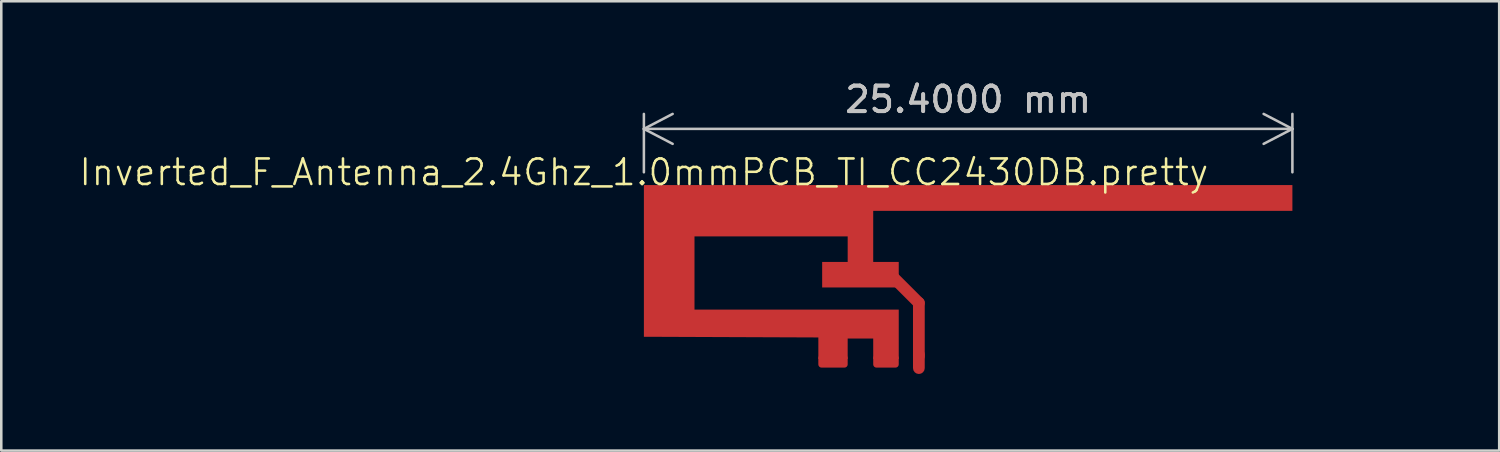
<source format=kicad_pcb>
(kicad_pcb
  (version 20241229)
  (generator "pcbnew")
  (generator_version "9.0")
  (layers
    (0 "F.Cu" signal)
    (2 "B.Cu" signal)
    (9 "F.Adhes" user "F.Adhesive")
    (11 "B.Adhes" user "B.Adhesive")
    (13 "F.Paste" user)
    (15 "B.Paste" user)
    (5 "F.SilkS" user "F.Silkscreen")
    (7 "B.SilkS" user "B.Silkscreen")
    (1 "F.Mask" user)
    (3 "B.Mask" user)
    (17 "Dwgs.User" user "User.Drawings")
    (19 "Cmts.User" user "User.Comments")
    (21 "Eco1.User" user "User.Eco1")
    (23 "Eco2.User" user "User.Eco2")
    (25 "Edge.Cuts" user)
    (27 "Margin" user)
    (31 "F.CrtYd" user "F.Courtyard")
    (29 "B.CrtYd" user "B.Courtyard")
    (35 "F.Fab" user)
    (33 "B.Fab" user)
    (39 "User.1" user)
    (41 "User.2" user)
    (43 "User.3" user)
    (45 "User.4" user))
  (footprint "Inverted_F_Antenna_2.4Ghz_1.0mmPCB_TI_CC2430DB.pretty"
    (layer "F.Cu")
    (at 22.169 4.198)
    (property "Reference" "Inverted_F_Antenna_2.4Ghz_1.0mmPCB_TI_CC2430DB.pretty" (at 0 -0.5 0) (unlocked yes) (layer "F.SilkS") (effects (font (size 1 1) (thickness 0.1))))
    (attr smd exclude_from_pos_files exclude_from_bom)
    (fp_line (start 10.77 4.616) (end 9.709 3.556) (stroke (width 0.46) (type solid)) (layer "F.Cu"))
    (fp_line (start 10.77 6.7) (end 10.77 4.616) (stroke (width 0.46) (type solid)) (layer "F.Cu"))
    (fp_poly (pts (xy 25.4 1.011) (xy 8.982 1.011) (xy 8.982 3.011) (xy 9.982 3.011) (xy 9.982 4.011) (xy 6.982 4.011) (xy 6.982 3.011) (xy 7.982 3.011) (xy 7.982 2.011) (xy 1.982 2.011) (xy 1.982 4.877) (xy 9.982 4.877) (xy 9.982 6.811) (xy 8.982 6.811) (xy 8.982 6.011) (xy 7.982 6.011) (xy 7.982 6.811) (xy 6.833 6.811) (xy 6.833 5.969) (xy 0.534 5.944) (xy 0.00013 5.944) (xy 0.00013 0.000137) (xy 25.4 0.000137)) (stroke (width 0) (type solid)) (fill yes) (layer "F.Cu"))
    (dimension (type aligned) (layer "Dwgs.User") (pts (xy 47.569 4.198) (xy 22.169 4.198)) (height 2.2) (format (prefix "") (suffix "") (units 3) (units_format 1) (precision 4)) (style (thickness 0.1) (arrow_length 1.27) (text_position_mode 0) (arrow_direction outward) (extension_height 0.586) (extension_offset 0.5) (keep_text_aligned yes)) (gr_text "25.4000 mm" (at 34.869 0.848 0) (layer "Dwgs.User") (effects (font (size 1 1) (thickness 0.15)))))
    (pad "1" smd roundrect (at 10.77 6.9 90) (size 1 0.46) (layers "F.Cu") (roundrect_rratio 0.5))
    (pad "2" smd roundrect (at 7.407 6.9 90) (size 0.5 1.15) (layers "F.Cu") (roundrect_rratio 0.25))
    (pad "2" smd roundrect (at 9.482 6.9 90) (size 0.5 1) (layers "F.Cu") (roundrect_rratio 0.25))
    (zone (net_name "") (layers "F.Cu" "B.Cu" "Dwgs.User") (hatch edge 0.5) (connect_pads) (min_thickness 0.25) (filled_areas_thickness no) (keepout (tracks allowed) (vias allowed) (pads allowed) (copperpour not_allowed) (footprints allowed)) (placement (enabled no)) (fill) (polygon (pts (xy 17.089 4.198) (xy 52.649 4.198) (xy 52.669 11.198) (xy 17.089 11.198)))))
  (gr_rect
    (start -3 -3)
    (end 55.669 14.598)
    (stroke (width 0.1) (type default))
    (fill no)
    (layer "Edge.Cuts")))
</source>
